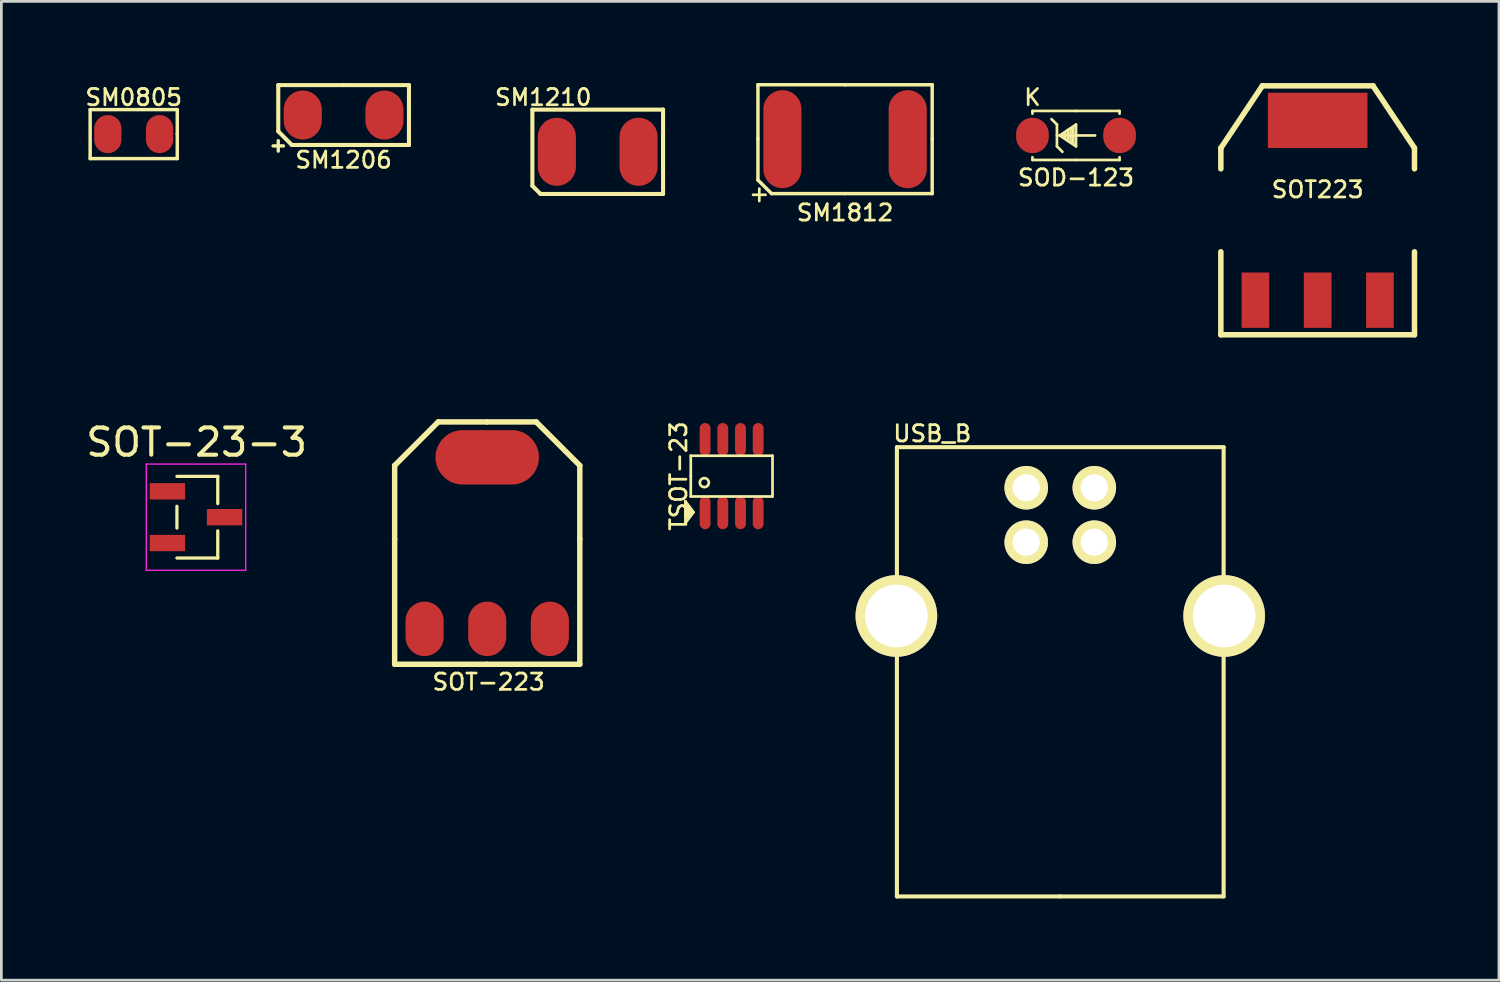
<source format=kicad_pcb>
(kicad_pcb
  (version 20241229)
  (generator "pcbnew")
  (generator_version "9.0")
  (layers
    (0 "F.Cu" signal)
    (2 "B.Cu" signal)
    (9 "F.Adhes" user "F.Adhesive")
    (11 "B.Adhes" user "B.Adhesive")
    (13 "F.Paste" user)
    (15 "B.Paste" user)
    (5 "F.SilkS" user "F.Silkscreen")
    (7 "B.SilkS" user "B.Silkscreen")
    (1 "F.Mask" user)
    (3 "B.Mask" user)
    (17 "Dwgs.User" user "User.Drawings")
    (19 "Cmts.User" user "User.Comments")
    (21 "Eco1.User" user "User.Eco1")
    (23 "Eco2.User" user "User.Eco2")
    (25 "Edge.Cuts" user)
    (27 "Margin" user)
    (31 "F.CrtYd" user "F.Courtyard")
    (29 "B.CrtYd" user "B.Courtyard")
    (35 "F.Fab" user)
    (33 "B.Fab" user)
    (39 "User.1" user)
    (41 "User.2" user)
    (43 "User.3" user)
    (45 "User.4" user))
  (footprint "SOT-223"
    (layer "F.Cu")
    (at 14.845 16.747)
    (property "Reference" "SOT-223" (at 0.051 5.25 0) (layer "F.SilkS") (effects (font (size 0.6 0.6) (thickness 0.1))))
    (attr smd)
    (fp_line (start -3.4 -2.7) (end -3.4 0) (stroke (width 0.2) (type solid)) (layer "F.SilkS"))
    (fp_line (start -3.4 0) (end -3.4 4.6) (stroke (width 0.2) (type solid)) (layer "F.SilkS"))
    (fp_line (start -1.8 -4.3) (end -3.4 -2.7) (stroke (width 0.2) (type solid)) (layer "F.SilkS"))
    (fp_line (start 0 -4.3) (end -1.8 -4.3) (stroke (width 0.2) (type solid)) (layer "F.SilkS"))
    (fp_line (start 0 -4.3) (end 1.8 -4.3) (stroke (width 0.2) (type solid)) (layer "F.SilkS"))
    (fp_line (start 0 4.6) (end -3.4 4.6) (stroke (width 0.2) (type solid)) (layer "F.SilkS"))
    (fp_line (start 0 4.6) (end 3.4 4.6) (stroke (width 0.2) (type solid)) (layer "F.SilkS"))
    (fp_line (start 1.8 -4.3) (end 3.4 -2.7) (stroke (width 0.2) (type solid)) (layer "F.SilkS"))
    (fp_line (start 3.4 -2.7) (end 3.4 0) (stroke (width 0.2) (type solid)) (layer "F.SilkS"))
    (fp_line (start 3.4 4.6) (end 3.4 0) (stroke (width 0.2) (type solid)) (layer "F.SilkS"))
    (pad "1" smd oval (at -2.3 3.3) (size 1.4 2) (layers "F.Cu" "F.Mask" "F.Paste"))
    (pad "2" smd oval (at 0 3.3) (size 1.4 2) (layers "F.Cu" "F.Mask" "F.Paste"))
    (pad "3" smd oval (at 2.3 3.3) (size 1.4 2) (layers "F.Cu" "F.Mask" "F.Paste"))
    (pad "4" smd oval (at 0 -3) (size 3.8 2) (layers "F.Cu" "F.Mask" "F.Paste")))
  (footprint "SM0805"
    (layer "F.Cu")
    (at 1.861 1.875)
    (property "Reference" "SM0805" (at 0 -1.349 0) (layer "F.SilkS") (effects (font (size 0.6 0.6) (thickness 0.1))))
    (attr smd)
    (fp_line (start -1.6 -0.899) (end -1.6 0.899) (stroke (width 0.127) (type solid)) (layer "F.SilkS"))
    (fp_line (start -1.6 0.899) (end 1.6 0.899) (stroke (width 0.127) (type solid)) (layer "F.SilkS"))
    (fp_line (start 1.6 -0.899) (end -1.6 -0.899) (stroke (width 0.127) (type solid)) (layer "F.SilkS"))
    (fp_line (start 1.6 0) (end 1.6 -0.899) (stroke (width 0.127) (type solid)) (layer "F.SilkS"))
    (fp_line (start 1.6 0.899) (end 1.6 0) (stroke (width 0.127) (type solid)) (layer "F.SilkS"))
    (pad "1" smd oval (at -0.95 0) (size 1 1.4) (layers "F.Cu" "F.Mask" "F.Paste"))
    (pad "2" smd oval (at 0.95 0) (size 1 1.4) (layers "F.Cu" "F.Mask" "F.Paste")))
  (footprint "TSOT-23"
    (layer "F.Cu")
    (at 23.822 14.437)
    (property "Reference" "TSOT-23" (at -1.95 0 90) (layer "F.SilkS") (effects (font (size 0.6 0.6) (thickness 0.1))))
    (attr through_hole)
    (fp_line (start -1.699 0.925) (end -1.699 1.725) (stroke (width 0.099) (type solid)) (layer "F.SilkS"))
    (fp_line (start -1.699 1.725) (end -1.4 1.326) (stroke (width 0.099) (type solid)) (layer "F.SilkS"))
    (fp_line (start -1.648 1.125) (end -1.648 1.527) (stroke (width 0.099) (type solid)) (layer "F.SilkS"))
    (fp_line (start -1.6 1.176) (end -1.6 1.476) (stroke (width 0.099) (type solid)) (layer "F.SilkS"))
    (fp_line (start -1.549 1.224) (end -1.549 1.425) (stroke (width 0.099) (type solid)) (layer "F.SilkS"))
    (fp_line (start -1.501 -0.749) (end 1.501 -0.749) (stroke (width 0.099) (type solid)) (layer "F.SilkS"))
    (fp_line (start -1.501 0) (end -1.501 -0.749) (stroke (width 0.099) (type solid)) (layer "F.SilkS"))
    (fp_line (start -1.501 0.749) (end -1.501 0) (stroke (width 0.099) (type solid)) (layer "F.SilkS"))
    (fp_line (start -1.499 1.275) (end -1.499 1.326) (stroke (width 0.099) (type solid)) (layer "F.SilkS"))
    (fp_line (start -1.4 1.326) (end -1.699 0.925) (stroke (width 0.099) (type solid)) (layer "F.SilkS"))
    (fp_line (start 1.501 -0.749) (end 1.501 0.749) (stroke (width 0.099) (type solid)) (layer "F.SilkS"))
    (fp_line (start 1.501 0.749) (end -1.501 0.749) (stroke (width 0.099) (type solid)) (layer "F.SilkS"))
    (fp_circle (center -1.003 0.239) (end -0.892 0.361) (stroke (width 0.099) (type solid)) (fill no) (layer "F.SilkS"))
    (pad "1" smd oval (at -0.975 1.35) (size 0.4 1.2) (layers "F.Cu" "F.Mask" "F.Paste"))
    (pad "2" smd oval (at -0.325 1.35) (size 0.4 1.2) (layers "F.Cu" "F.Mask" "F.Paste"))
    (pad "3" smd oval (at 0.325 1.35) (size 0.4 1.2) (layers "F.Cu" "F.Mask" "F.Paste"))
    (pad "4" smd oval (at 0.975 1.35) (size 0.4 1.2) (layers "F.Cu" "F.Mask" "F.Paste"))
    (pad "5" smd oval (at 0.975 -1.35) (size 0.4 1.2) (layers "F.Cu" "F.Mask" "F.Paste"))
    (pad "6" smd oval (at 0.325 -1.35) (size 0.4 1.2) (layers "F.Cu" "F.Mask" "F.Paste"))
    (pad "7" smd oval (at -0.325 -1.35) (size 0.4 1.2) (layers "F.Cu" "F.Mask" "F.Paste"))
    (pad "8" smd oval (at -0.975 -1.35) (size 0.4 1.2) (layers "F.Cu" "F.Mask" "F.Paste")))
  (footprint "SM1206"
    (layer "F.Cu")
    (at 9.57 1.175)
    (property "Reference" "SM1206" (at 0 1.65 0) (layer "F.SilkS") (effects (font (size 0.599 0.599) (thickness 0.099))))
    (attr smd)
    (fp_line (start -2.4 -1.1) (end -2.4 0.599) (stroke (width 0.15) (type solid)) (layer "F.SilkS"))
    (fp_line (start -2.4 0.599) (end -1.9 1.1) (stroke (width 0.15) (type solid)) (layer "F.SilkS"))
    (fp_line (start -1.9 1.1) (end 2.4 1.1) (stroke (width 0.15) (type solid)) (layer "F.SilkS"))
    (fp_line (start 0 -1.1) (end -2.4 -1.1) (stroke (width 0.15) (type solid)) (layer "F.SilkS"))
    (fp_line (start 0 -1.1) (end 2.4 -1.1) (stroke (width 0.15) (type solid)) (layer "F.SilkS"))
    (fp_line (start 2.4 -1.1) (end 2.4 1.1) (stroke (width 0.15) (type solid)) (layer "F.SilkS"))
    (fp_text user "+" (at -2.4 1.1 0) (layer "F.SilkS") (effects (font (size 0.5 0.5) (thickness 0.124))))
    (pad "1" smd oval (at -1.5 0) (size 1.4 1.8) (layers "F.Cu" "F.Mask" "F.Paste"))
    (pad "2" smd oval (at 1.5 0) (size 1.4 1.8) (layers "F.Cu" "F.Mask" "F.Paste")))
  (footprint "SM1812"
    (layer "F.Cu")
    (at 27.988 2.062)
    (property "Reference" "SM1812" (at 0 2.7 0) (layer "F.SilkS") (effects (font (size 0.599 0.599) (thickness 0.099))))
    (attr smd)
    (fp_line (start -3.2 -1.999) (end -3.2 0) (stroke (width 0.127) (type solid)) (layer "F.SilkS"))
    (fp_line (start -3.2 1.501) (end -3.2 0) (stroke (width 0.127) (type solid)) (layer "F.SilkS"))
    (fp_line (start -3.2 1.501) (end -2.7 1.999) (stroke (width 0.127) (type solid)) (layer "F.SilkS"))
    (fp_line (start 0 -1.999) (end -3.2 -1.999) (stroke (width 0.127) (type solid)) (layer "F.SilkS"))
    (fp_line (start 0 -1.999) (end 3.2 -1.999) (stroke (width 0.099) (type solid)) (layer "F.SilkS"))
    (fp_line (start 0 -1.999) (end 3.2 -1.999) (stroke (width 0.127) (type solid)) (layer "F.SilkS"))
    (fp_line (start 0 1.999) (end -2.7 1.999) (stroke (width 0.127) (type solid)) (layer "F.SilkS"))
    (fp_line (start 0 1.999) (end 3.2 1.999) (stroke (width 0.127) (type solid)) (layer "F.SilkS"))
    (fp_line (start 3.2 -1.999) (end 3.2 0) (stroke (width 0.127) (type solid)) (layer "F.SilkS"))
    (fp_line (start 3.2 0) (end 3.2 1.999) (stroke (width 0.127) (type solid)) (layer "F.SilkS"))
    (fp_text user "+" (at -3.15 1.999 0) (layer "F.SilkS") (effects (font (size 0.599 0.599) (thickness 0.099))))
    (pad "1" smd oval (at -2.3 0) (size 1.4 3.6) (layers "F.Cu" "F.Mask" "F.Paste"))
    (pad "2" smd oval (at 2.3 0) (size 1.4 3.6) (layers "F.Cu" "F.Mask" "F.Paste")))
  (footprint "SM1210"
    (layer "F.Cu")
    (at 18.903 2.525)
    (property "Reference" "SM1210" (at -2 -2 0) (layer "F.SilkS") (effects (font (size 0.599 0.599) (thickness 0.099))))
    (attr smd)
    (fp_line (start -2.4 -1.549) (end -2.4 1.25) (stroke (width 0.15) (type solid)) (layer "F.SilkS"))
    (fp_line (start -2.4 1.25) (end -2.101 1.549) (stroke (width 0.15) (type solid)) (layer "F.SilkS"))
    (fp_line (start -2.101 1.549) (end 2.4 1.549) (stroke (width 0.15) (type solid)) (layer "F.SilkS"))
    (fp_line (start 2.4 -1.549) (end -2.4 -1.549) (stroke (width 0.15) (type solid)) (layer "F.SilkS"))
    (fp_line (start 2.4 1.549) (end 2.4 -1.549) (stroke (width 0.15) (type solid)) (layer "F.SilkS"))
    (pad "1" smd oval (at -1.5 0) (size 1.4 2.5) (layers "F.Cu" "F.Mask" "F.Paste"))
    (pad "2" smd oval (at 1.5 0) (size 1.4 2.5) (layers "F.Cu" "F.Mask" "F.Paste")))
  (footprint "USB_B"
    (layer "F.Cu")
    (at 35.892 19.574)
    (property "Reference" "USB_B" (at -4.7 -6.7 0) (layer "F.SilkS") (effects (font (size 0.6 0.6) (thickness 0.1))))
    (attr through_hole)
    (fp_line (start -6 -6.2) (end 6 -6.2) (stroke (width 0.15) (type solid)) (layer "F.SilkS"))
    (fp_line (start -6 10.3) (end -6 -6.2) (stroke (width 0.15) (type solid)) (layer "F.SilkS"))
    (fp_line (start 0 10.3) (end -6 10.3) (stroke (width 0.15) (type solid)) (layer "F.SilkS"))
    (fp_line (start 6 -6.2) (end 6 10.3) (stroke (width 0.15) (type solid)) (layer "F.SilkS"))
    (fp_line (start 6 10.3) (end 0 10.3) (stroke (width 0.15) (type solid)) (layer "F.SilkS"))
    (pad "1" thru_hole circle (at 1.25 -4.71) (size 1.6 1.6) (drill 1) (layers "*.Cu" "*.Paste" "*.Mask" "F.SilkS"))
    (pad "2" thru_hole circle (at -1.25 -4.71) (size 1.6 1.6) (drill 1) (layers "*.Cu" "*.Paste" "*.Mask" "F.SilkS"))
    (pad "3" thru_hole circle (at -1.25 -2.71) (size 1.6 1.6) (drill 1) (layers "*.Cu" "*.Paste" "*.Mask" "F.SilkS"))
    (pad "4" thru_hole circle (at 1.25 -2.71) (size 1.6 1.6) (drill 1) (layers "*.Cu" "*.Paste" "*.Mask" "F.SilkS"))
    (pad "5" thru_hole circle (at -6.02 0) (size 3 3) (drill 2.3) (layers "*.Cu" "*.Paste" "*.Mask" "F.SilkS"))
    (pad "6" thru_hole circle (at 6.02 0) (size 3 3) (drill 2.3) (layers "*.Cu" "*.Paste" "*.Mask" "F.SilkS")))
  (footprint "SOT-23-3"
    (layer "F.Cu")
    (at 4.148 15.945)
    (property "Reference" "SOT-23-3" (at 0.025 -2.75 0) (layer "F.SilkS") (effects (font (size 1 1) (thickness 0.15))))
    (attr through_hole)
    (fp_line (start -0.7 0.4) (end -0.7 -0.4) (stroke (width 0.12) (type default)) (layer "F.SilkS"))
    (fp_line (start 0.8 -1.5) (end -0.7 -1.5) (stroke (width 0.12) (type default)) (layer "F.SilkS"))
    (fp_line (start 0.8 -1.5) (end 0.8 -0.5) (stroke (width 0.12) (type default)) (layer "F.SilkS"))
    (fp_line (start 0.8 0.5) (end 0.8 1.5) (stroke (width 0.12) (type default)) (layer "F.SilkS"))
    (fp_line (start 0.8 1.5) (end -0.7 1.5) (stroke (width 0.12) (type default)) (layer "F.SilkS"))
    (fp_line (start -1.825 -1.95) (end -1.825 1.95) (stroke (width 0.05) (type solid)) (layer "F.CrtYd"))
    (fp_line (start -1.825 -1.95) (end 1.825 -1.95) (stroke (width 0.05) (type solid)) (layer "F.CrtYd"))
    (fp_line (start 1.825 -1.95) (end 1.825 1.95) (stroke (width 0.05) (type solid)) (layer "F.CrtYd"))
    (fp_line (start 1.825 1.95) (end -1.825 1.95) (stroke (width 0.05) (type solid)) (layer "F.CrtYd"))
    (pad "1" smd rect (at -1.05 -0.95) (size 1.3 0.6) (layers "F.Cu" "F.Mask" "F.Paste"))
    (pad "2" smd rect (at -1.05 0.95) (size 1.3 0.6) (layers "F.Cu" "F.Mask" "F.Paste"))
    (pad "3" smd rect (at 1.05 0) (size 1.3 0.6) (layers "F.Cu" "F.Mask" "F.Paste")))
  (footprint "SOT223"
    (layer "F.Cu")
    (at 45.346 4.674)
    (property "Reference" "SOT223" (at 0 -0.762 0) (layer "F.SilkS") (effects (font (size 0.599 0.599) (thickness 0.099))))
    (attr smd)
    (fp_line (start -3.556 -2.286) (end -2.032 -4.572) (stroke (width 0.203) (type solid)) (layer "F.SilkS"))
    (fp_line (start -3.556 -1.524) (end -3.556 -2.286) (stroke (width 0.203) (type solid)) (layer "F.SilkS"))
    (fp_line (start -3.556 1.524) (end -3.556 4.572) (stroke (width 0.203) (type solid)) (layer "F.SilkS"))
    (fp_line (start -3.556 4.572) (end 3.556 4.572) (stroke (width 0.203) (type solid)) (layer "F.SilkS"))
    (fp_line (start -2.032 -4.572) (end 2.032 -4.572) (stroke (width 0.203) (type solid)) (layer "F.SilkS"))
    (fp_line (start 2.032 -4.572) (end 3.556 -2.286) (stroke (width 0.203) (type solid)) (layer "F.SilkS"))
    (fp_line (start 3.556 -2.286) (end 3.556 -1.524) (stroke (width 0.203) (type solid)) (layer "F.SilkS"))
    (fp_line (start 3.556 4.572) (end 3.556 1.524) (stroke (width 0.203) (type solid)) (layer "F.SilkS"))
    (pad "1" smd rect (at -2.286 3.302) (size 1.016 2.032) (layers "F.Cu" "F.Mask" "F.Paste"))
    (pad "2" smd rect (at 0 3.302) (size 1.016 2.032) (layers "F.Cu" "F.Mask" "F.Paste"))
    (pad "3" smd rect (at 2.286 3.302) (size 1.016 2.032) (layers "F.Cu" "F.Mask" "F.Paste"))
    (pad "4" smd rect (at 0 -3.302) (size 3.658 2.032) (layers "F.Cu" "F.Mask" "F.Paste")))
  (footprint "SOD-123"
    (layer "F.Cu")
    (at 36.47 1.925)
    (property "Reference" "SOD-123" (at 0 1.55 0) (layer "F.SilkS") (effects (font (size 0.6 0.6) (thickness 0.1))))
    (attr smd)
    (fp_line (start -1.6 -0.9) (end -1.6 -0.8) (stroke (width 0.099) (type solid)) (layer "F.SilkS"))
    (fp_line (start -1.6 0.9) (end -1.6 0.8) (stroke (width 0.099) (type solid)) (layer "F.SilkS"))
    (fp_line (start -0.7 -0.4) (end -0.9 -0.6) (stroke (width 0.099) (type solid)) (layer "F.SilkS"))
    (fp_line (start -0.7 0) (end -0.7 -0.4) (stroke (width 0.099) (type solid)) (layer "F.SilkS"))
    (fp_line (start -0.7 0) (end -0.7 0.4) (stroke (width 0.099) (type solid)) (layer "F.SilkS"))
    (fp_line (start -0.7 0.4) (end -0.5 0.6) (stroke (width 0.099) (type solid)) (layer "F.SilkS"))
    (fp_line (start -0.6 0) (end 0 0.4) (stroke (width 0.099) (type solid)) (layer "F.SilkS"))
    (fp_line (start -0.6 0) (end 0.7 0) (stroke (width 0.099) (type solid)) (layer "F.SilkS"))
    (fp_line (start -0.4 0.1) (end -0.4 -0.1) (stroke (width 0.099) (type solid)) (layer "F.SilkS"))
    (fp_line (start -0.3 -0.2) (end -0.3 0.2) (stroke (width 0.099) (type solid)) (layer "F.SilkS"))
    (fp_line (start -0.2 0.25) (end -0.2 -0.25) (stroke (width 0.099) (type solid)) (layer "F.SilkS"))
    (fp_line (start -0.1 -0.3) (end -0.1 0.3) (stroke (width 0.099) (type solid)) (layer "F.SilkS"))
    (fp_line (start 0 -0.9) (end -1.6 -0.9) (stroke (width 0.099) (type solid)) (layer "F.SilkS"))
    (fp_line (start 0 -0.9) (end 1.6 -0.9) (stroke (width 0.099) (type solid)) (layer "F.SilkS"))
    (fp_line (start 0 -0.4) (end -0.6 0) (stroke (width 0.099) (type solid)) (layer "F.SilkS"))
    (fp_line (start 0 0) (end 0 -0.4) (stroke (width 0.099) (type solid)) (layer "F.SilkS"))
    (fp_line (start 0 0.4) (end 0 0) (stroke (width 0.099) (type solid)) (layer "F.SilkS"))
    (fp_line (start 0 0.9) (end -1.6 0.9) (stroke (width 0.099) (type solid)) (layer "F.SilkS"))
    (fp_line (start 0 0.9) (end 1.6 0.9) (stroke (width 0.099) (type solid)) (layer "F.SilkS"))
    (fp_line (start 1.6 -0.9) (end 1.6 -0.8) (stroke (width 0.099) (type solid)) (layer "F.SilkS"))
    (fp_line (start 1.6 0.9) (end 1.6 0.8) (stroke (width 0.099) (type solid)) (layer "F.SilkS"))
    (fp_text user "K" (at -1.6 -1.4 0) (layer "F.SilkS") (effects (font (size 0.599 0.599) (thickness 0.099))))
    (pad "1" smd oval (at -1.6 0) (size 1.2 1.3) (layers "F.Cu" "F.Mask" "F.Paste"))
    (pad "2" smd oval (at 1.6 0) (size 1.2 1.3) (layers "F.Cu" "F.Mask" "F.Paste")))
  (gr_rect
    (start -3 -3)
    (end 52.004 32.949)
    (stroke (width 0.1) (type default))
    (fill no)
    (layer "Edge.Cuts")))
</source>
